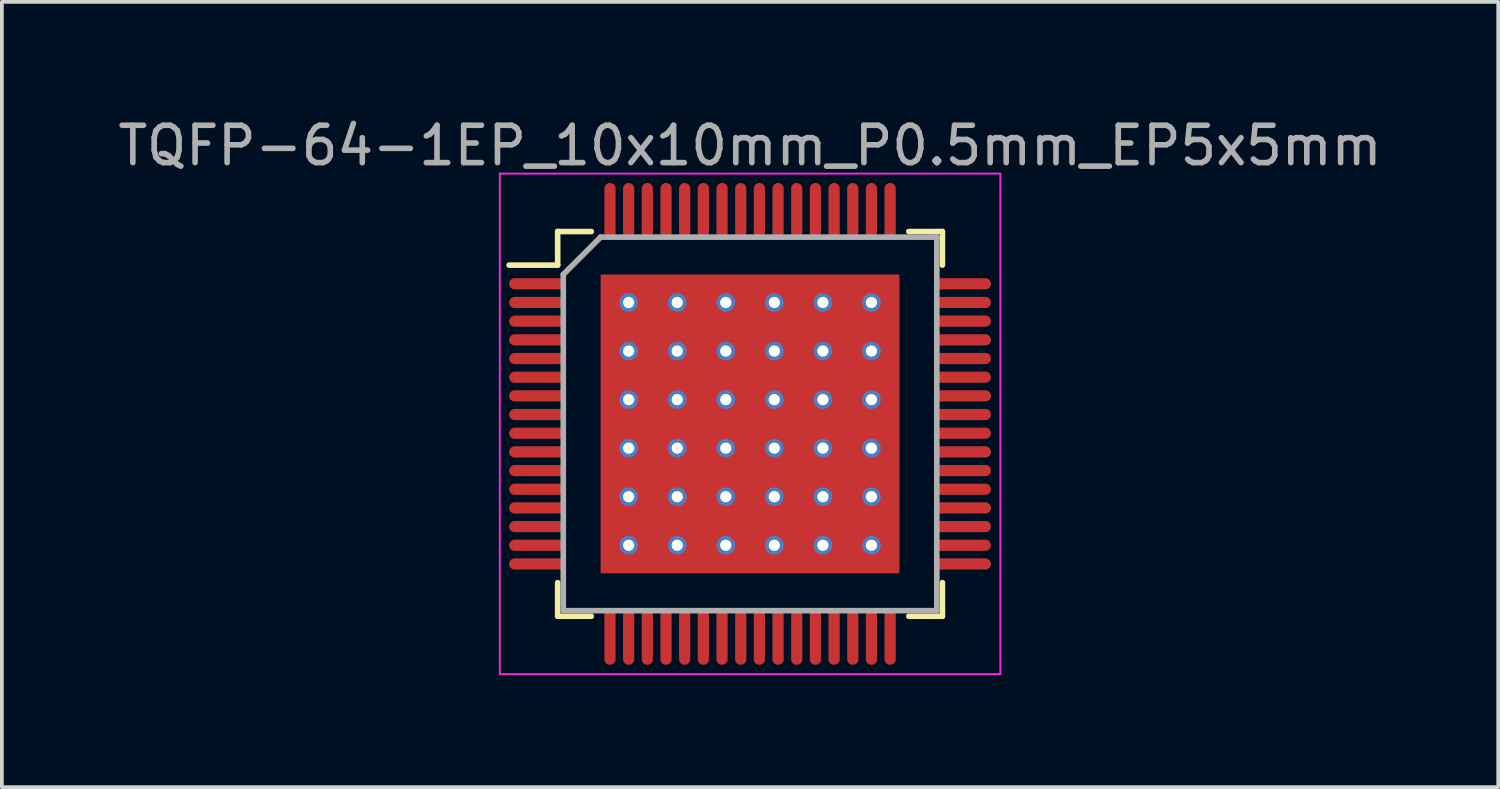
<source format=kicad_pcb>
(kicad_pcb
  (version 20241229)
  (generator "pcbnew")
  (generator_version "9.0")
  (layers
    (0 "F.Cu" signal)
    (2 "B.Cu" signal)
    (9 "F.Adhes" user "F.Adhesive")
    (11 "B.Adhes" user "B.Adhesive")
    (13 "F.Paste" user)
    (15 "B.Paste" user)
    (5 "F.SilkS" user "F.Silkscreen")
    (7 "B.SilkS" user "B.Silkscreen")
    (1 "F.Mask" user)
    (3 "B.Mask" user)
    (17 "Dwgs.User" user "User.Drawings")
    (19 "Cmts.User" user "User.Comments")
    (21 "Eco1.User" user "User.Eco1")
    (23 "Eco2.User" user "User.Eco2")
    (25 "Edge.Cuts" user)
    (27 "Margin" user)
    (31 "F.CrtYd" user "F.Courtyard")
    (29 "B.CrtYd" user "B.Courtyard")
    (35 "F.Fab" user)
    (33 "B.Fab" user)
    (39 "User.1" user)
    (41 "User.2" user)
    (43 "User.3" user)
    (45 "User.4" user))
  (footprint "TQFP-64-1EP_10x10mm_P0.5mm_EP5x5mm"
    (layer "F.Cu")
    (at 17.03 8.298)
    (property "Reference" "TQFP-64-1EP_10x10mm_P0.5mm_EP5x5mm" (at 0 -7.45 0) (layer "F.Fab") (effects (font (size 1 1) (thickness 0.15))))
    (attr smd)
    (fp_poly (pts (xy -2.5 -2.5) (xy 2.5 -2.5) (xy 2.5 2.5) (xy -2.5 2.5)) (stroke (width 0.15) (type solid)) (fill yes) (layer "F.Mask"))
    (fp_line (start -5.15 -5.15) (end -5.15 -4.25) (stroke (width 0.15) (type solid)) (layer "F.SilkS"))
    (fp_line (start -5.15 -4.25) (end -6.45 -4.25) (stroke (width 0.15) (type solid)) (layer "F.SilkS"))
    (fp_line (start -5.15 5.15) (end -5.15 4.25) (stroke (width 0.15) (type solid)) (layer "F.SilkS"))
    (fp_line (start -4.25 -5.15) (end -5.15 -5.15) (stroke (width 0.15) (type solid)) (layer "F.SilkS"))
    (fp_line (start -4.25 5.15) (end -5.15 5.15) (stroke (width 0.15) (type solid)) (layer "F.SilkS"))
    (fp_line (start 4.25 -5.15) (end 5.15 -5.15) (stroke (width 0.15) (type solid)) (layer "F.SilkS"))
    (fp_line (start 4.25 5.15) (end 5.15 5.15) (stroke (width 0.15) (type solid)) (layer "F.SilkS"))
    (fp_line (start 5.15 -5.15) (end 5.15 -4.25) (stroke (width 0.15) (type solid)) (layer "F.SilkS"))
    (fp_line (start 5.15 5.15) (end 5.15 4.25) (stroke (width 0.15) (type solid)) (layer "F.SilkS"))
    (fp_poly (pts (xy -2.35 -2.35) (xy -0.15 -2.35) (xy -0.15 -0.15) (xy -2.35 -0.15)) (stroke (width 0) (type solid)) (fill yes) (layer "F.Paste"))
    (fp_poly (pts (xy -2.35 0.15) (xy -0.15 0.15) (xy -0.15 2.35) (xy -2.35 2.35)) (stroke (width 0) (type solid)) (fill yes) (layer "F.Paste"))
    (fp_poly (pts (xy 0.15 -2.35) (xy 2.35 -2.35) (xy 2.35 -0.15) (xy 0.15 -0.15)) (stroke (width 0) (type solid)) (fill yes) (layer "F.Paste"))
    (fp_poly (pts (xy 0.15 0.15) (xy 2.35 0.15) (xy 2.35 2.35) (xy 0.15 2.35)) (stroke (width 0) (type solid)) (fill yes) (layer "F.Paste"))
    (fp_line (start -6.7 -6.7) (end 6.7 -6.7) (stroke (width 0.05) (type solid)) (layer "F.CrtYd"))
    (fp_line (start -6.7 6.7) (end -6.7 -6.7) (stroke (width 0.05) (type solid)) (layer "F.CrtYd"))
    (fp_line (start 6.7 -6.7) (end 6.7 6.7) (stroke (width 0.05) (type solid)) (layer "F.CrtYd"))
    (fp_line (start 6.7 6.7) (end -6.7 6.7) (stroke (width 0.05) (type solid)) (layer "F.CrtYd"))
    (fp_line (start -5 -4) (end -5 5) (stroke (width 0.15) (type solid)) (layer "F.Fab"))
    (fp_line (start -5 5) (end 5 5) (stroke (width 0.15) (type solid)) (layer "F.Fab"))
    (fp_line (start -4 -5) (end -5 -4) (stroke (width 0.15) (type solid)) (layer "F.Fab"))
    (fp_line (start 5 -5) (end -4 -5) (stroke (width 0.15) (type solid)) (layer "F.Fab"))
    (fp_line (start 5 5) (end 5 -5) (stroke (width 0.15) (type solid)) (layer "F.Fab"))
    (pad "1" smd oval (at -5.7 -3.75 90) (size 0.3 1.5) (layers "F.Cu" "F.Mask" "F.Paste"))
    (pad "2" smd oval (at -5.7 -3.25 90) (size 0.3 1.5) (layers "F.Cu" "F.Mask" "F.Paste"))
    (pad "3" smd oval (at -5.7 -2.75 90) (size 0.3 1.5) (layers "F.Cu" "F.Mask" "F.Paste"))
    (pad "4" smd oval (at -5.7 -2.25 90) (size 0.3 1.5) (layers "F.Cu" "F.Mask" "F.Paste"))
    (pad "5" smd oval (at -5.7 -1.75 90) (size 0.3 1.5) (layers "F.Cu" "F.Mask" "F.Paste"))
    (pad "6" smd oval (at -5.7 -1.25 90) (size 0.3 1.5) (layers "F.Cu" "F.Mask" "F.Paste"))
    (pad "7" smd oval (at -5.7 -0.75 90) (size 0.3 1.5) (layers "F.Cu" "F.Mask" "F.Paste"))
    (pad "8" smd oval (at -5.7 -0.25 90) (size 0.3 1.5) (layers "F.Cu" "F.Mask" "F.Paste"))
    (pad "9" smd oval (at -5.7 0.25 90) (size 0.3 1.5) (layers "F.Cu" "F.Mask" "F.Paste"))
    (pad "10" smd oval (at -5.7 0.75 90) (size 0.3 1.5) (layers "F.Cu" "F.Mask" "F.Paste"))
    (pad "11" smd oval (at -5.7 1.25 90) (size 0.3 1.5) (layers "F.Cu" "F.Mask" "F.Paste"))
    (pad "12" smd oval (at -5.7 1.75 90) (size 0.3 1.5) (layers "F.Cu" "F.Mask" "F.Paste"))
    (pad "13" smd oval (at -5.7 2.25 90) (size 0.3 1.5) (layers "F.Cu" "F.Mask" "F.Paste"))
    (pad "14" smd oval (at -5.7 2.75 90) (size 0.3 1.5) (layers "F.Cu" "F.Mask" "F.Paste"))
    (pad "15" smd oval (at -5.7 3.25 90) (size 0.3 1.5) (layers "F.Cu" "F.Mask" "F.Paste"))
    (pad "16" smd oval (at -5.7 3.75 90) (size 0.3 1.5) (layers "F.Cu" "F.Mask" "F.Paste"))
    (pad "17" smd oval (at -3.75 5.7) (size 0.3 1.5) (layers "F.Cu" "F.Mask" "F.Paste"))
    (pad "18" smd oval (at -3.25 5.7) (size 0.3 1.5) (layers "F.Cu" "F.Mask" "F.Paste"))
    (pad "19" smd oval (at -2.75 5.7) (size 0.3 1.5) (layers "F.Cu" "F.Mask" "F.Paste"))
    (pad "20" smd oval (at -2.25 5.7) (size 0.3 1.5) (layers "F.Cu" "F.Mask" "F.Paste"))
    (pad "21" smd oval (at -1.75 5.7) (size 0.3 1.5) (layers "F.Cu" "F.Mask" "F.Paste"))
    (pad "22" smd oval (at -1.25 5.7) (size 0.3 1.5) (layers "F.Cu" "F.Mask" "F.Paste"))
    (pad "23" smd oval (at -0.75 5.7) (size 0.3 1.5) (layers "F.Cu" "F.Mask" "F.Paste"))
    (pad "24" smd oval (at -0.25 5.7) (size 0.3 1.5) (layers "F.Cu" "F.Mask" "F.Paste"))
    (pad "25" smd oval (at 0.25 5.7) (size 0.3 1.5) (layers "F.Cu" "F.Mask" "F.Paste"))
    (pad "26" smd oval (at 0.75 5.7) (size 0.3 1.5) (layers "F.Cu" "F.Mask" "F.Paste"))
    (pad "27" smd oval (at 1.25 5.7) (size 0.3 1.5) (layers "F.Cu" "F.Mask" "F.Paste"))
    (pad "28" smd oval (at 1.75 5.7) (size 0.3 1.5) (layers "F.Cu" "F.Mask" "F.Paste"))
    (pad "29" smd oval (at 2.25 5.7) (size 0.3 1.5) (layers "F.Cu" "F.Mask" "F.Paste"))
    (pad "30" smd oval (at 2.75 5.7) (size 0.3 1.5) (layers "F.Cu" "F.Mask" "F.Paste"))
    (pad "31" smd oval (at 3.25 5.7) (size 0.3 1.5) (layers "F.Cu" "F.Mask" "F.Paste"))
    (pad "32" smd oval (at 3.75 5.7) (size 0.3 1.5) (layers "F.Cu" "F.Mask" "F.Paste"))
    (pad "33" smd oval (at 5.7 3.75 90) (size 0.3 1.5) (layers "F.Cu" "F.Mask" "F.Paste"))
    (pad "34" smd oval (at 5.7 3.25 90) (size 0.3 1.5) (layers "F.Cu" "F.Mask" "F.Paste"))
    (pad "35" smd oval (at 5.7 2.75 90) (size 0.3 1.5) (layers "F.Cu" "F.Mask" "F.Paste"))
    (pad "36" smd oval (at 5.7 2.25 90) (size 0.3 1.5) (layers "F.Cu" "F.Mask" "F.Paste"))
    (pad "37" smd oval (at 5.7 1.75 90) (size 0.3 1.5) (layers "F.Cu" "F.Mask" "F.Paste"))
    (pad "38" smd oval (at 5.7 1.25 90) (size 0.3 1.5) (layers "F.Cu" "F.Mask" "F.Paste"))
    (pad "39" smd oval (at 5.7 0.75 90) (size 0.3 1.5) (layers "F.Cu" "F.Mask" "F.Paste"))
    (pad "40" smd oval (at 5.7 0.25 90) (size 0.3 1.5) (layers "F.Cu" "F.Mask" "F.Paste"))
    (pad "41" smd oval (at 5.7 -0.25 90) (size 0.3 1.5) (layers "F.Cu" "F.Mask" "F.Paste"))
    (pad "42" smd oval (at 5.7 -0.75 90) (size 0.3 1.5) (layers "F.Cu" "F.Mask" "F.Paste"))
    (pad "43" smd oval (at 5.7 -1.25 90) (size 0.3 1.5) (layers "F.Cu" "F.Mask" "F.Paste"))
    (pad "44" smd oval (at 5.7 -1.75 90) (size 0.3 1.5) (layers "F.Cu" "F.Mask" "F.Paste"))
    (pad "45" smd oval (at 5.7 -2.25 90) (size 0.3 1.5) (layers "F.Cu" "F.Mask" "F.Paste"))
    (pad "46" smd oval (at 5.7 -2.75 90) (size 0.3 1.5) (layers "F.Cu" "F.Mask" "F.Paste"))
    (pad "47" smd oval (at 5.7 -3.25 90) (size 0.3 1.5) (layers "F.Cu" "F.Mask" "F.Paste"))
    (pad "48" smd oval (at 5.7 -3.75 90) (size 0.3 1.5) (layers "F.Cu" "F.Mask" "F.Paste"))
    (pad "49" smd oval (at 3.75 -5.7) (size 0.3 1.5) (layers "F.Cu" "F.Mask" "F.Paste"))
    (pad "50" smd oval (at 3.25 -5.7) (size 0.3 1.5) (layers "F.Cu" "F.Mask" "F.Paste"))
    (pad "51" smd oval (at 2.75 -5.7) (size 0.3 1.5) (layers "F.Cu" "F.Mask" "F.Paste"))
    (pad "52" smd oval (at 2.25 -5.7) (size 0.3 1.5) (layers "F.Cu" "F.Mask" "F.Paste"))
    (pad "53" smd oval (at 1.75 -5.7) (size 0.3 1.5) (layers "F.Cu" "F.Mask" "F.Paste"))
    (pad "54" smd oval (at 1.25 -5.7) (size 0.3 1.5) (layers "F.Cu" "F.Mask" "F.Paste"))
    (pad "55" smd oval (at 0.75 -5.7) (size 0.3 1.5) (layers "F.Cu" "F.Mask" "F.Paste"))
    (pad "56" smd oval (at 0.25 -5.7) (size 0.3 1.5) (layers "F.Cu" "F.Mask" "F.Paste"))
    (pad "57" smd oval (at -0.25 -5.7) (size 0.3 1.5) (layers "F.Cu" "F.Mask" "F.Paste"))
    (pad "58" smd oval (at -0.75 -5.7) (size 0.3 1.5) (layers "F.Cu" "F.Mask" "F.Paste"))
    (pad "59" smd oval (at -1.25 -5.7) (size 0.3 1.5) (layers "F.Cu" "F.Mask" "F.Paste"))
    (pad "60" smd oval (at -1.75 -5.7) (size 0.3 1.5) (layers "F.Cu" "F.Mask" "F.Paste"))
    (pad "61" smd oval (at -2.25 -5.7) (size 0.3 1.5) (layers "F.Cu" "F.Mask" "F.Paste"))
    (pad "62" smd oval (at -2.75 -5.7) (size 0.3 1.5) (layers "F.Cu" "F.Mask" "F.Paste"))
    (pad "63" smd oval (at -3.25 -5.7) (size 0.3 1.5) (layers "F.Cu" "F.Mask" "F.Paste"))
    (pad "64" smd oval (at -3.75 -5.7) (size 0.3 1.5) (layers "F.Cu" "F.Mask" "F.Paste"))
    (pad "65" thru_hole circle (at -3.25 -3.25) (size 0.5 0.5) (drill 0.3) (layers "*.Cu"))
    (pad "65" thru_hole circle (at -3.25 -1.95) (size 0.5 0.5) (drill 0.3) (layers "*.Cu"))
    (pad "65" thru_hole circle (at -3.25 -0.65) (size 0.5 0.5) (drill 0.3) (layers "*.Cu"))
    (pad "65" thru_hole circle (at -3.25 0.65) (size 0.5 0.5) (drill 0.3) (layers "*.Cu"))
    (pad "65" thru_hole circle (at -3.25 1.95) (size 0.5 0.5) (drill 0.3) (layers "*.Cu"))
    (pad "65" thru_hole circle (at -3.25 3.25) (size 0.5 0.5) (drill 0.3) (layers "*.Cu"))
    (pad "65" thru_hole circle (at -1.95 -3.25) (size 0.5 0.5) (drill 0.3) (layers "*.Cu"))
    (pad "65" thru_hole circle (at -1.95 -1.95) (size 0.5 0.5) (drill 0.3) (layers "*.Cu"))
    (pad "65" thru_hole circle (at -1.95 -0.65) (size 0.5 0.5) (drill 0.3) (layers "*.Cu"))
    (pad "65" thru_hole circle (at -1.95 0.65) (size 0.5 0.5) (drill 0.3) (layers "*.Cu"))
    (pad "65" thru_hole circle (at -1.95 1.95) (size 0.5 0.5) (drill 0.3) (layers "*.Cu"))
    (pad "65" thru_hole circle (at -1.95 3.25) (size 0.5 0.5) (drill 0.3) (layers "*.Cu"))
    (pad "65" thru_hole circle (at -0.65 -3.25) (size 0.5 0.5) (drill 0.3) (layers "*.Cu"))
    (pad "65" thru_hole circle (at -0.65 -1.95) (size 0.5 0.5) (drill 0.3) (layers "*.Cu"))
    (pad "65" thru_hole circle (at -0.65 -0.65) (size 0.5 0.5) (drill 0.3) (layers "*.Cu"))
    (pad "65" thru_hole circle (at -0.65 0.65) (size 0.5 0.5) (drill 0.3) (layers "*.Cu"))
    (pad "65" thru_hole circle (at -0.65 1.95) (size 0.5 0.5) (drill 0.3) (layers "*.Cu"))
    (pad "65" thru_hole circle (at -0.65 3.25) (size 0.5 0.5) (drill 0.3) (layers "*.Cu"))
    (pad "65" smd rect (at 0 0) (size 8 8) (layers "F.Cu"))
    (pad "65" thru_hole circle (at 0.65 -3.25) (size 0.5 0.5) (drill 0.3) (layers "*.Cu"))
    (pad "65" thru_hole circle (at 0.65 -1.95) (size 0.5 0.5) (drill 0.3) (layers "*.Cu"))
    (pad "65" thru_hole circle (at 0.65 -0.65) (size 0.5 0.5) (drill 0.3) (layers "*.Cu"))
    (pad "65" thru_hole circle (at 0.65 0.65) (size 0.5 0.5) (drill 0.3) (layers "*.Cu"))
    (pad "65" thru_hole circle (at 0.65 1.95) (size 0.5 0.5) (drill 0.3) (layers "*.Cu"))
    (pad "65" thru_hole circle (at 0.65 3.25) (size 0.5 0.5) (drill 0.3) (layers "*.Cu"))
    (pad "65" thru_hole circle (at 1.95 -3.25) (size 0.5 0.5) (drill 0.3) (layers "*.Cu"))
    (pad "65" thru_hole circle (at 1.95 -1.95) (size 0.5 0.5) (drill 0.3) (layers "*.Cu"))
    (pad "65" thru_hole circle (at 1.95 -0.65) (size 0.5 0.5) (drill 0.3) (layers "*.Cu"))
    (pad "65" thru_hole circle (at 1.95 0.65) (size 0.5 0.5) (drill 0.3) (layers "*.Cu"))
    (pad "65" thru_hole circle (at 1.95 1.95) (size 0.5 0.5) (drill 0.3) (layers "*.Cu"))
    (pad "65" thru_hole circle (at 1.95 3.25) (size 0.5 0.5) (drill 0.3) (layers "*.Cu"))
    (pad "65" thru_hole circle (at 3.25 -3.25) (size 0.5 0.5) (drill 0.3) (layers "*.Cu"))
    (pad "65" thru_hole circle (at 3.25 -1.95) (size 0.5 0.5) (drill 0.3) (layers "*.Cu"))
    (pad "65" thru_hole circle (at 3.25 -0.65) (size 0.5 0.5) (drill 0.3) (layers "*.Cu"))
    (pad "65" thru_hole circle (at 3.25 0.65) (size 0.5 0.5) (drill 0.3) (layers "*.Cu"))
    (pad "65" thru_hole circle (at 3.25 1.95) (size 0.5 0.5) (drill 0.3) (layers "*.Cu"))
    (pad "65" thru_hole circle (at 3.25 3.25) (size 0.5 0.5) (drill 0.3) (layers "*.Cu")))
  (gr_rect
    (start -3 -3)
    (end 37.06 18.023)
    (stroke (width 0.1) (type default))
    (fill no)
    (layer "Edge.Cuts")))
</source>
